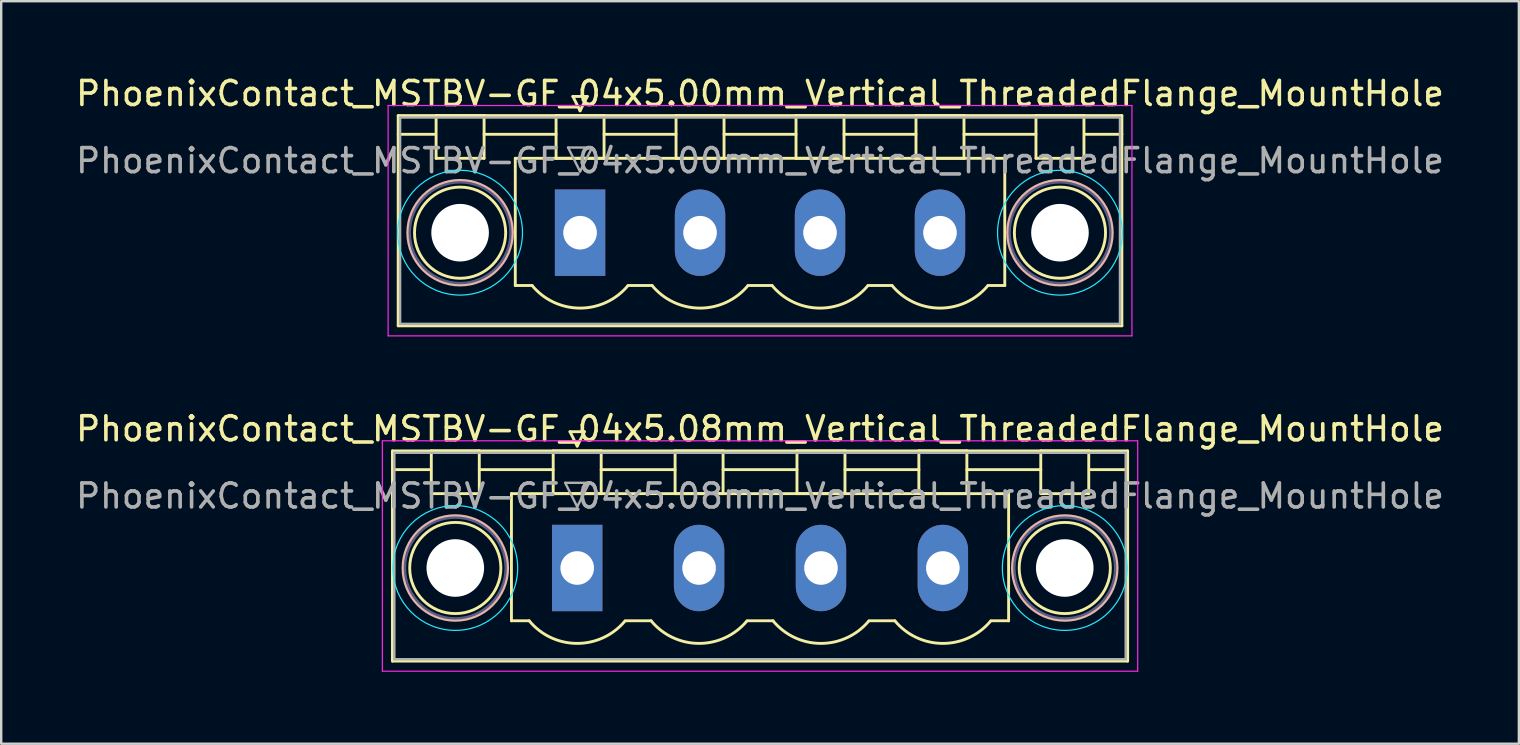
<source format=kicad_pcb>
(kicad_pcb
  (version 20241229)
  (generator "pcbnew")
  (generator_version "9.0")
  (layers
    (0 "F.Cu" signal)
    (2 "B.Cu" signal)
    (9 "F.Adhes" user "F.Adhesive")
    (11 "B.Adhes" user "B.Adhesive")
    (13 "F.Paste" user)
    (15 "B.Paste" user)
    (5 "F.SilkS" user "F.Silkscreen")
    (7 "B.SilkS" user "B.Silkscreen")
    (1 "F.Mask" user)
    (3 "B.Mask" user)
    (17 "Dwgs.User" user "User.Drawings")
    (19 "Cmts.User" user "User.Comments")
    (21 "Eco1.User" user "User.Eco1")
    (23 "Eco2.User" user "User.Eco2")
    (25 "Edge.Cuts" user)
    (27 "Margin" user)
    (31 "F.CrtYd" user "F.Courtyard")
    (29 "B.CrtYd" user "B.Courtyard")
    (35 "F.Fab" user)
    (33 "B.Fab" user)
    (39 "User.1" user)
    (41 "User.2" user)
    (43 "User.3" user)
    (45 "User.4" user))
  (footprint "PhoenixContact_MSTBV-GF_04x5.08mm_Vertical_ThreadedFlange_MountHole"
    (layer "F.Cu")
    (at 21.005 20.622)
    (property "Reference" "PhoenixContact_MSTBV-GF_04x5.08mm_Vertical_ThreadedFlange_MountHole" (at 7.62 -5.8 0) (layer "F.SilkS") (effects (font (size 1 1) (thickness 0.15))))
    (attr through_hole)
    (fp_line (start -7.7 -4.88) (end -7.7 3.88) (stroke (width 0.12) (type solid)) (layer "F.SilkS"))
    (fp_line (start -7.7 -4.1) (end -6.16 -4.1) (stroke (width 0.12) (type solid)) (layer "F.SilkS"))
    (fp_line (start -7.7 3.88) (end 22.94 3.88) (stroke (width 0.12) (type solid)) (layer "F.SilkS"))
    (fp_line (start -6.08 -4.88) (end -4.08 -4.88) (stroke (width 0.12) (type solid)) (layer "F.SilkS"))
    (fp_line (start -6.08 -3.1) (end -6.08 -4.88) (stroke (width 0.12) (type solid)) (layer "F.SilkS"))
    (fp_line (start -4.08 -4.88) (end -4.08 -3.1) (stroke (width 0.12) (type solid)) (layer "F.SilkS"))
    (fp_line (start -4.08 -4.1) (end -1 -4.1) (stroke (width 0.12) (type solid)) (layer "F.SilkS"))
    (fp_line (start -4.08 -3.1) (end -6.08 -3.1) (stroke (width 0.12) (type solid)) (layer "F.SilkS"))
    (fp_line (start -2.74 -3.1) (end 17.98 -3.1) (stroke (width 0.12) (type solid)) (layer "F.SilkS"))
    (fp_line (start -2.74 2.2) (end -2.74 -3.1) (stroke (width 0.12) (type solid)) (layer "F.SilkS"))
    (fp_line (start -2 2.2) (end -2.74 2.2) (stroke (width 0.12) (type solid)) (layer "F.SilkS"))
    (fp_line (start -1 -4.88) (end 1 -4.88) (stroke (width 0.12) (type solid)) (layer "F.SilkS"))
    (fp_line (start -1 -3.1) (end -1 -4.88) (stroke (width 0.12) (type solid)) (layer "F.SilkS"))
    (fp_line (start -0.3 -5.68) (end 0.3 -5.68) (stroke (width 0.12) (type solid)) (layer "F.SilkS"))
    (fp_line (start 0 -5.08) (end -0.3 -5.68) (stroke (width 0.12) (type solid)) (layer "F.SilkS"))
    (fp_line (start 0.3 -5.68) (end 0 -5.08) (stroke (width 0.12) (type solid)) (layer "F.SilkS"))
    (fp_line (start 1 -4.88) (end 1 -3.1) (stroke (width 0.12) (type solid)) (layer "F.SilkS"))
    (fp_line (start 1 -4.1) (end 4.08 -4.1) (stroke (width 0.12) (type solid)) (layer "F.SilkS"))
    (fp_line (start 1 -3.1) (end -1 -3.1) (stroke (width 0.12) (type solid)) (layer "F.SilkS"))
    (fp_line (start 2 2.2) (end 3.08 2.2) (stroke (width 0.12) (type solid)) (layer "F.SilkS"))
    (fp_line (start 4.08 -4.88) (end 6.08 -4.88) (stroke (width 0.12) (type solid)) (layer "F.SilkS"))
    (fp_line (start 4.08 -3.1) (end 4.08 -4.88) (stroke (width 0.12) (type solid)) (layer "F.SilkS"))
    (fp_line (start 6.08 -4.88) (end 6.08 -3.1) (stroke (width 0.12) (type solid)) (layer "F.SilkS"))
    (fp_line (start 6.08 -4.1) (end 9.16 -4.1) (stroke (width 0.12) (type solid)) (layer "F.SilkS"))
    (fp_line (start 6.08 -3.1) (end 4.08 -3.1) (stroke (width 0.12) (type solid)) (layer "F.SilkS"))
    (fp_line (start 7.08 2.2) (end 8.16 2.2) (stroke (width 0.12) (type solid)) (layer "F.SilkS"))
    (fp_line (start 9.16 -4.88) (end 11.16 -4.88) (stroke (width 0.12) (type solid)) (layer "F.SilkS"))
    (fp_line (start 9.16 -3.1) (end 9.16 -4.88) (stroke (width 0.12) (type solid)) (layer "F.SilkS"))
    (fp_line (start 11.16 -4.88) (end 11.16 -3.1) (stroke (width 0.12) (type solid)) (layer "F.SilkS"))
    (fp_line (start 11.16 -4.1) (end 14.24 -4.1) (stroke (width 0.12) (type solid)) (layer "F.SilkS"))
    (fp_line (start 11.16 -3.1) (end 9.16 -3.1) (stroke (width 0.12) (type solid)) (layer "F.SilkS"))
    (fp_line (start 12.16 2.2) (end 13.24 2.2) (stroke (width 0.12) (type solid)) (layer "F.SilkS"))
    (fp_line (start 14.24 -4.88) (end 16.24 -4.88) (stroke (width 0.12) (type solid)) (layer "F.SilkS"))
    (fp_line (start 14.24 -3.1) (end 14.24 -4.88) (stroke (width 0.12) (type solid)) (layer "F.SilkS"))
    (fp_line (start 16.24 -4.88) (end 16.24 -3.1) (stroke (width 0.12) (type solid)) (layer "F.SilkS"))
    (fp_line (start 16.24 -4.1) (end 19.32 -4.1) (stroke (width 0.12) (type solid)) (layer "F.SilkS"))
    (fp_line (start 16.24 -3.1) (end 14.24 -3.1) (stroke (width 0.12) (type solid)) (layer "F.SilkS"))
    (fp_line (start 17.98 -3.1) (end 17.98 2.2) (stroke (width 0.12) (type solid)) (layer "F.SilkS"))
    (fp_line (start 17.98 2.2) (end 17.24 2.2) (stroke (width 0.12) (type solid)) (layer "F.SilkS"))
    (fp_line (start 19.32 -4.88) (end 21.32 -4.88) (stroke (width 0.12) (type solid)) (layer "F.SilkS"))
    (fp_line (start 19.32 -3.1) (end 19.32 -4.88) (stroke (width 0.12) (type solid)) (layer "F.SilkS"))
    (fp_line (start 21.32 -4.88) (end 21.32 -3.1) (stroke (width 0.12) (type solid)) (layer "F.SilkS"))
    (fp_line (start 21.32 -3.1) (end 19.32 -3.1) (stroke (width 0.12) (type solid)) (layer "F.SilkS"))
    (fp_line (start 22.94 -4.88) (end -7.7 -4.88) (stroke (width 0.12) (type solid)) (layer "F.SilkS"))
    (fp_line (start 22.94 -4.1) (end 21.4 -4.1) (stroke (width 0.12) (type solid)) (layer "F.SilkS"))
    (fp_line (start 22.94 3.88) (end 22.94 -4.88) (stroke (width 0.12) (type solid)) (layer "F.SilkS"))
    (fp_arc (start 1.986842 2.215821) (mid -0.010289 3.142758) (end -2 2.2) (stroke (width 0.12) (type solid)) (layer "F.SilkS"))
    (fp_arc (start 7.066842 2.215821) (mid 5.069711 3.142758) (end 3.08 2.2) (stroke (width 0.12) (type solid)) (layer "F.SilkS"))
    (fp_arc (start 12.146842 2.215821) (mid 10.149711 3.142758) (end 8.16 2.2) (stroke (width 0.12) (type solid)) (layer "F.SilkS"))
    (fp_arc (start 17.226842 2.215821) (mid 15.229711 3.142758) (end 13.24 2.2) (stroke (width 0.12) (type solid)) (layer "F.SilkS"))
    (fp_circle (center -5.08 0) (end -3.18 0) (stroke (width 0.12) (type solid)) (fill no) (layer "F.SilkS"))
    (fp_circle (center 20.32 0) (end 22.22 0) (stroke (width 0.12) (type solid)) (fill no) (layer "F.SilkS"))
    (fp_circle (center -5.08 0) (end -2.9 0) (stroke (width 0.12) (type solid)) (fill no) (layer "B.SilkS"))
    (fp_circle (center 20.32 0) (end 22.5 0) (stroke (width 0.12) (type solid)) (fill no) (layer "B.SilkS"))
    (fp_circle (center -5.08 0) (end -2.48 0) (stroke (width 0.05) (type solid)) (fill no) (layer "B.CrtYd"))
    (fp_circle (center 20.32 0) (end 22.92 0) (stroke (width 0.05) (type solid)) (fill no) (layer "B.CrtYd"))
    (fp_line (start -8.12 -5.3) (end -8.12 4.3) (stroke (width 0.05) (type solid)) (layer "F.CrtYd"))
    (fp_line (start -8.12 4.3) (end 23.36 4.3) (stroke (width 0.05) (type solid)) (layer "F.CrtYd"))
    (fp_line (start 23.36 -5.3) (end -8.12 -5.3) (stroke (width 0.05) (type solid)) (layer "F.CrtYd"))
    (fp_line (start 23.36 4.3) (end 23.36 -5.3) (stroke (width 0.05) (type solid)) (layer "F.CrtYd"))
    (fp_circle (center -5.08 0) (end -2.98 0) (stroke (width 0.1) (type solid)) (fill no) (layer "B.Fab"))
    (fp_circle (center 20.32 0) (end 22.42 0) (stroke (width 0.1) (type solid)) (fill no) (layer "B.Fab"))
    (fp_line (start -7.62 -4.8) (end -7.62 3.8) (stroke (width 0.1) (type solid)) (layer "F.Fab"))
    (fp_line (start -7.62 3.8) (end 22.86 3.8) (stroke (width 0.1) (type solid)) (layer "F.Fab"))
    (fp_line (start -0.5 -3.55) (end 0.5 -3.55) (stroke (width 0.1) (type solid)) (layer "F.Fab"))
    (fp_line (start 0 -2.55) (end -0.5 -3.55) (stroke (width 0.1) (type solid)) (layer "F.Fab"))
    (fp_line (start 0.5 -3.55) (end 0 -2.55) (stroke (width 0.1) (type solid)) (layer "F.Fab"))
    (fp_line (start 22.86 -4.8) (end -7.62 -4.8) (stroke (width 0.1) (type solid)) (layer "F.Fab"))
    (fp_line (start 22.86 3.8) (end 22.86 -4.8) (stroke (width 0.1) (type solid)) (layer "F.Fab"))
    (fp_text user "${REFERENCE}" (at 7.62 -3 0) (layer "F.Fab") (effects (font (size 1 1) (thickness 0.15))))
    (pad "" np_thru_hole circle (at -5.08 0) (size 2.4 2.4) (drill 2.4) (layers "*.Cu" "*.Mask"))
    (pad "" np_thru_hole circle (at 20.32 0) (size 2.4 2.4) (drill 2.4) (layers "*.Cu" "*.Mask"))
    (pad "1" thru_hole rect (at 0 0) (size 2.1 3.6) (drill 1.4) (layers "*.Cu" "*.Mask"))
    (pad "2" thru_hole oval (at 5.08 0) (size 2.1 3.6) (drill 1.4) (layers "*.Cu" "*.Mask"))
    (pad "3" thru_hole oval (at 10.16 0) (size 2.1 3.6) (drill 1.4) (layers "*.Cu" "*.Mask"))
    (pad "4" thru_hole oval (at 15.24 0) (size 2.1 3.6) (drill 1.4) (layers "*.Cu" "*.Mask")))
  (footprint "PhoenixContact_MSTBV-GF_04x5.00mm_Vertical_ThreadedFlange_MountHole"
    (layer "F.Cu")
    (at 21.125 6.648)
    (property "Reference" "PhoenixContact_MSTBV-GF_04x5.00mm_Vertical_ThreadedFlange_MountHole" (at 7.5 -5.8 0) (layer "F.SilkS") (effects (font (size 1 1) (thickness 0.15))))
    (attr through_hole)
    (fp_line (start -7.58 -4.88) (end -7.58 3.88) (stroke (width 0.12) (type solid)) (layer "F.SilkS"))
    (fp_line (start -7.58 -4.1) (end -6.08 -4.1) (stroke (width 0.12) (type solid)) (layer "F.SilkS"))
    (fp_line (start -7.58 3.88) (end 22.58 3.88) (stroke (width 0.12) (type solid)) (layer "F.SilkS"))
    (fp_line (start -6 -4.88) (end -4 -4.88) (stroke (width 0.12) (type solid)) (layer "F.SilkS"))
    (fp_line (start -6 -3.1) (end -6 -4.88) (stroke (width 0.12) (type solid)) (layer "F.SilkS"))
    (fp_line (start -4 -4.88) (end -4 -3.1) (stroke (width 0.12) (type solid)) (layer "F.SilkS"))
    (fp_line (start -4 -4.1) (end -1 -4.1) (stroke (width 0.12) (type solid)) (layer "F.SilkS"))
    (fp_line (start -4 -3.1) (end -6 -3.1) (stroke (width 0.12) (type solid)) (layer "F.SilkS"))
    (fp_line (start -2.7 -3.1) (end 17.7 -3.1) (stroke (width 0.12) (type solid)) (layer "F.SilkS"))
    (fp_line (start -2.7 2.2) (end -2.7 -3.1) (stroke (width 0.12) (type solid)) (layer "F.SilkS"))
    (fp_line (start -2 2.2) (end -2.7 2.2) (stroke (width 0.12) (type solid)) (layer "F.SilkS"))
    (fp_line (start -1 -4.88) (end 1 -4.88) (stroke (width 0.12) (type solid)) (layer "F.SilkS"))
    (fp_line (start -1 -3.1) (end -1 -4.88) (stroke (width 0.12) (type solid)) (layer "F.SilkS"))
    (fp_line (start -0.3 -5.68) (end 0.3 -5.68) (stroke (width 0.12) (type solid)) (layer "F.SilkS"))
    (fp_line (start 0 -5.08) (end -0.3 -5.68) (stroke (width 0.12) (type solid)) (layer "F.SilkS"))
    (fp_line (start 0.3 -5.68) (end 0 -5.08) (stroke (width 0.12) (type solid)) (layer "F.SilkS"))
    (fp_line (start 1 -4.88) (end 1 -3.1) (stroke (width 0.12) (type solid)) (layer "F.SilkS"))
    (fp_line (start 1 -4.1) (end 4 -4.1) (stroke (width 0.12) (type solid)) (layer "F.SilkS"))
    (fp_line (start 1 -3.1) (end -1 -3.1) (stroke (width 0.12) (type solid)) (layer "F.SilkS"))
    (fp_line (start 2 2.2) (end 3 2.2) (stroke (width 0.12) (type solid)) (layer "F.SilkS"))
    (fp_line (start 4 -4.88) (end 6 -4.88) (stroke (width 0.12) (type solid)) (layer "F.SilkS"))
    (fp_line (start 4 -3.1) (end 4 -4.88) (stroke (width 0.12) (type solid)) (layer "F.SilkS"))
    (fp_line (start 6 -4.88) (end 6 -3.1) (stroke (width 0.12) (type solid)) (layer "F.SilkS"))
    (fp_line (start 6 -4.1) (end 9 -4.1) (stroke (width 0.12) (type solid)) (layer "F.SilkS"))
    (fp_line (start 6 -3.1) (end 4 -3.1) (stroke (width 0.12) (type solid)) (layer "F.SilkS"))
    (fp_line (start 7 2.2) (end 8 2.2) (stroke (width 0.12) (type solid)) (layer "F.SilkS"))
    (fp_line (start 9 -4.88) (end 11 -4.88) (stroke (width 0.12) (type solid)) (layer "F.SilkS"))
    (fp_line (start 9 -3.1) (end 9 -4.88) (stroke (width 0.12) (type solid)) (layer "F.SilkS"))
    (fp_line (start 11 -4.88) (end 11 -3.1) (stroke (width 0.12) (type solid)) (layer "F.SilkS"))
    (fp_line (start 11 -4.1) (end 14 -4.1) (stroke (width 0.12) (type solid)) (layer "F.SilkS"))
    (fp_line (start 11 -3.1) (end 9 -3.1) (stroke (width 0.12) (type solid)) (layer "F.SilkS"))
    (fp_line (start 12 2.2) (end 13 2.2) (stroke (width 0.12) (type solid)) (layer "F.SilkS"))
    (fp_line (start 14 -4.88) (end 16 -4.88) (stroke (width 0.12) (type solid)) (layer "F.SilkS"))
    (fp_line (start 14 -3.1) (end 14 -4.88) (stroke (width 0.12) (type solid)) (layer "F.SilkS"))
    (fp_line (start 16 -4.88) (end 16 -3.1) (stroke (width 0.12) (type solid)) (layer "F.SilkS"))
    (fp_line (start 16 -4.1) (end 19 -4.1) (stroke (width 0.12) (type solid)) (layer "F.SilkS"))
    (fp_line (start 16 -3.1) (end 14 -3.1) (stroke (width 0.12) (type solid)) (layer "F.SilkS"))
    (fp_line (start 17.7 -3.1) (end 17.7 2.2) (stroke (width 0.12) (type solid)) (layer "F.SilkS"))
    (fp_line (start 17.7 2.2) (end 17 2.2) (stroke (width 0.12) (type solid)) (layer "F.SilkS"))
    (fp_line (start 19 -4.88) (end 21 -4.88) (stroke (width 0.12) (type solid)) (layer "F.SilkS"))
    (fp_line (start 19 -3.1) (end 19 -4.88) (stroke (width 0.12) (type solid)) (layer "F.SilkS"))
    (fp_line (start 21 -4.88) (end 21 -3.1) (stroke (width 0.12) (type solid)) (layer "F.SilkS"))
    (fp_line (start 21 -3.1) (end 19 -3.1) (stroke (width 0.12) (type solid)) (layer "F.SilkS"))
    (fp_line (start 22.58 -4.88) (end -7.58 -4.88) (stroke (width 0.12) (type solid)) (layer "F.SilkS"))
    (fp_line (start 22.58 -4.1) (end 21.08 -4.1) (stroke (width 0.12) (type solid)) (layer "F.SilkS"))
    (fp_line (start 22.58 3.88) (end 22.58 -4.88) (stroke (width 0.12) (type solid)) (layer "F.SilkS"))
    (fp_arc (start 1.986842 2.215821) (mid -0.010289 3.142758) (end -2 2.2) (stroke (width 0.12) (type solid)) (layer "F.SilkS"))
    (fp_arc (start 6.986842 2.215821) (mid 4.989711 3.142758) (end 3 2.2) (stroke (width 0.12) (type solid)) (layer "F.SilkS"))
    (fp_arc (start 11.986842 2.215821) (mid 9.989711 3.142758) (end 8 2.2) (stroke (width 0.12) (type solid)) (layer "F.SilkS"))
    (fp_arc (start 16.986842 2.215821) (mid 14.989711 3.142758) (end 13 2.2) (stroke (width 0.12) (type solid)) (layer "F.SilkS"))
    (fp_circle (center -5 0) (end -3.1 0) (stroke (width 0.12) (type solid)) (fill no) (layer "F.SilkS"))
    (fp_circle (center 20 0) (end 21.9 0) (stroke (width 0.12) (type solid)) (fill no) (layer "F.SilkS"))
    (fp_circle (center -5 0) (end -2.82 0) (stroke (width 0.12) (type solid)) (fill no) (layer "B.SilkS"))
    (fp_circle (center 20 0) (end 22.18 0) (stroke (width 0.12) (type solid)) (fill no) (layer "B.SilkS"))
    (fp_circle (center -5 0) (end -2.4 0) (stroke (width 0.05) (type solid)) (fill no) (layer "B.CrtYd"))
    (fp_circle (center 20 0) (end 22.6 0) (stroke (width 0.05) (type solid)) (fill no) (layer "B.CrtYd"))
    (fp_line (start -8 -5.3) (end -8 4.3) (stroke (width 0.05) (type solid)) (layer "F.CrtYd"))
    (fp_line (start -8 4.3) (end 23 4.3) (stroke (width 0.05) (type solid)) (layer "F.CrtYd"))
    (fp_line (start 23 -5.3) (end -8 -5.3) (stroke (width 0.05) (type solid)) (layer "F.CrtYd"))
    (fp_line (start 23 4.3) (end 23 -5.3) (stroke (width 0.05) (type solid)) (layer "F.CrtYd"))
    (fp_circle (center -5 0) (end -2.9 0) (stroke (width 0.1) (type solid)) (fill no) (layer "B.Fab"))
    (fp_circle (center 20 0) (end 22.1 0) (stroke (width 0.1) (type solid)) (fill no) (layer "B.Fab"))
    (fp_line (start -7.5 -4.8) (end -7.5 3.8) (stroke (width 0.1) (type solid)) (layer "F.Fab"))
    (fp_line (start -7.5 3.8) (end 22.5 3.8) (stroke (width 0.1) (type solid)) (layer "F.Fab"))
    (fp_line (start -0.5 -3.55) (end 0.5 -3.55) (stroke (width 0.1) (type solid)) (layer "F.Fab"))
    (fp_line (start 0 -2.55) (end -0.5 -3.55) (stroke (width 0.1) (type solid)) (layer "F.Fab"))
    (fp_line (start 0.5 -3.55) (end 0 -2.55) (stroke (width 0.1) (type solid)) (layer "F.Fab"))
    (fp_line (start 22.5 -4.8) (end -7.5 -4.8) (stroke (width 0.1) (type solid)) (layer "F.Fab"))
    (fp_line (start 22.5 3.8) (end 22.5 -4.8) (stroke (width 0.1) (type solid)) (layer "F.Fab"))
    (fp_text user "${REFERENCE}" (at 7.5 -3 0) (layer "F.Fab") (effects (font (size 1 1) (thickness 0.15))))
    (pad "" np_thru_hole circle (at -5 0) (size 2.4 2.4) (drill 2.4) (layers "*.Cu" "*.Mask"))
    (pad "" np_thru_hole circle (at 20 0) (size 2.4 2.4) (drill 2.4) (layers "*.Cu" "*.Mask"))
    (pad "1" thru_hole rect (at 0 0) (size 2.1 3.6) (drill 1.4) (layers "*.Cu" "*.Mask"))
    (pad "2" thru_hole oval (at 5 0) (size 2.1 3.6) (drill 1.4) (layers "*.Cu" "*.Mask"))
    (pad "3" thru_hole oval (at 10 0) (size 2.1 3.6) (drill 1.4) (layers "*.Cu" "*.Mask"))
    (pad "4" thru_hole oval (at 15 0) (size 2.1 3.6) (drill 1.4) (layers "*.Cu" "*.Mask")))
  (gr_rect
    (start -3 -3)
    (end 60.25 27.947)
    (stroke (width 0.1) (type default))
    (fill no)
    (layer "Edge.Cuts")))
</source>
